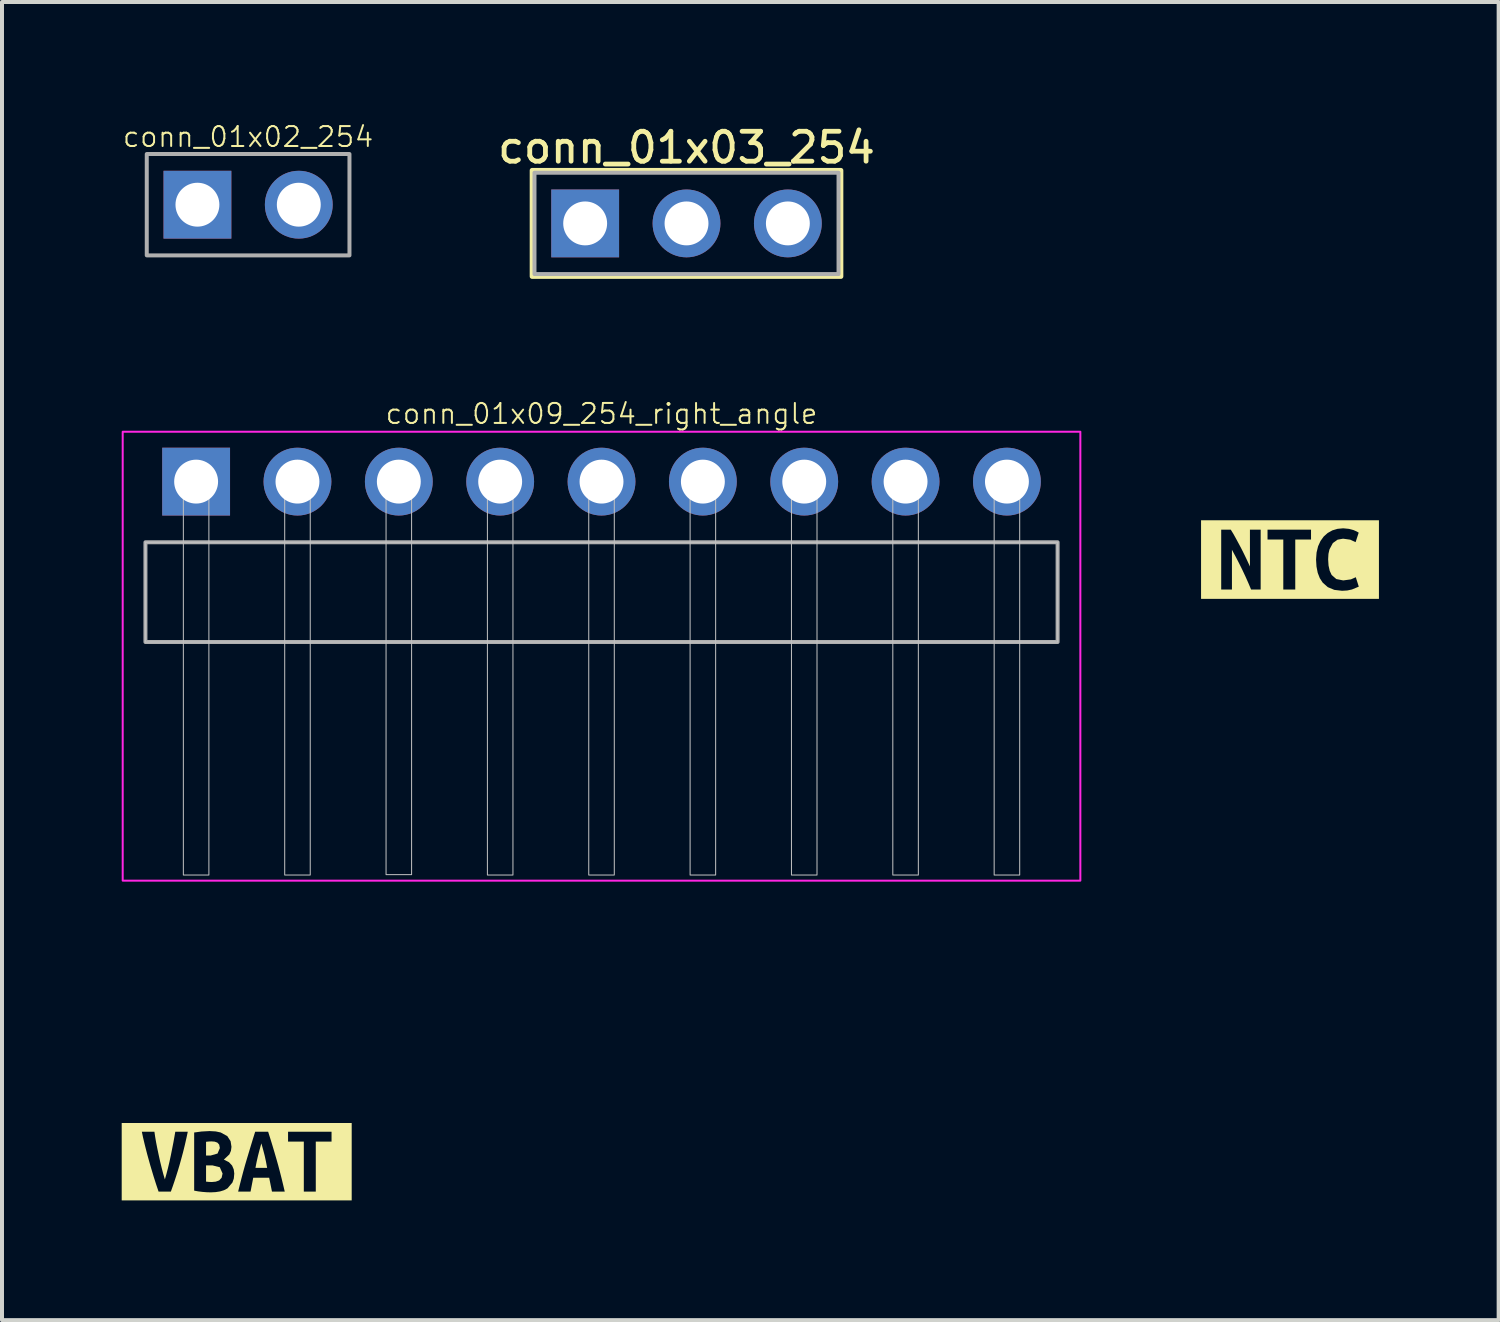
<source format=kicad_pcb>
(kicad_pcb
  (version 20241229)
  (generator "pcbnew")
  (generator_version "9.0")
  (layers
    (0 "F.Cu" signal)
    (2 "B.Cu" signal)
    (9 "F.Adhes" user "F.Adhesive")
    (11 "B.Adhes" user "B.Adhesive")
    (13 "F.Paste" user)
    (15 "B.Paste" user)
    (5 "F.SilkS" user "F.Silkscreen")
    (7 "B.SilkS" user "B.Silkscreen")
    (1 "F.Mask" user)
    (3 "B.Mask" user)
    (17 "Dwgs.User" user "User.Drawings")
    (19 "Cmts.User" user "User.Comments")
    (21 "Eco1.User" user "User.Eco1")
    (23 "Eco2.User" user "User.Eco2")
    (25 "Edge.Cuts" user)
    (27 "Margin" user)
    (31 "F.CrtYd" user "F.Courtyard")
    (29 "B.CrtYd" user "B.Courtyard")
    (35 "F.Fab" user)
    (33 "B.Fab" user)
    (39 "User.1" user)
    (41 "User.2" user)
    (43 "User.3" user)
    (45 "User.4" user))
  (footprint "conn_01x09_254_right_angle"
    (layer "F.Cu")
    (at 12.025 9.02)
    (property "Reference" "conn_01x09_254_right_angle" (at 0 -1.7 0) (unlocked yes) (layer "F.SilkS") (effects (font (size 0.5 0.5) (thickness 0.05))))
    (attr through_hole)
    (fp_rect (start -11.43 1.52) (end 11.43 4.02) (stroke (width 0.025) (type default)) (fill no) (layer "Dwgs.User"))
    (fp_rect (start -10.48 -0.32) (end -9.84 0.32) (stroke (width 0.025) (type default)) (fill no) (layer "Dwgs.User"))
    (fp_rect (start -10.48 0.32) (end -9.84 9.86) (stroke (width 0.025) (type default)) (fill no) (layer "Dwgs.User"))
    (fp_rect (start -7.94 -0.32) (end -7.3 0.32) (stroke (width 0.025) (type default)) (fill no) (layer "Dwgs.User"))
    (fp_rect (start -7.94 0.32) (end -7.3 9.86) (stroke (width 0.025) (type default)) (fill no) (layer "Dwgs.User"))
    (fp_rect (start -5.4 -0.33) (end -4.76 0.31) (stroke (width 0.025) (type default)) (fill no) (layer "Dwgs.User"))
    (fp_rect (start -5.4 0.31) (end -4.76 9.85) (stroke (width 0.025) (type default)) (fill no) (layer "Dwgs.User"))
    (fp_rect (start -2.86 -0.32) (end -2.22 0.32) (stroke (width 0.025) (type default)) (fill no) (layer "Dwgs.User"))
    (fp_rect (start -2.86 0.32) (end -2.22 9.86) (stroke (width 0.025) (type default)) (fill no) (layer "Dwgs.User"))
    (fp_rect (start -0.32 -0.32) (end 0.32 0.32) (stroke (width 0.025) (type default)) (fill no) (layer "Dwgs.User"))
    (fp_rect (start -0.32 0.32) (end 0.32 9.86) (stroke (width 0.025) (type default)) (fill no) (layer "Dwgs.User"))
    (fp_rect (start 2.22 -0.32) (end 2.86 0.32) (stroke (width 0.025) (type default)) (fill no) (layer "Dwgs.User"))
    (fp_rect (start 2.22 0.32) (end 2.86 9.86) (stroke (width 0.025) (type default)) (fill no) (layer "Dwgs.User"))
    (fp_rect (start 4.76 -0.32) (end 5.4 0.32) (stroke (width 0.025) (type default)) (fill no) (layer "Dwgs.User"))
    (fp_rect (start 4.76 0.32) (end 5.4 9.86) (stroke (width 0.025) (type default)) (fill no) (layer "Dwgs.User"))
    (fp_rect (start 7.3 -0.32) (end 7.94 0.32) (stroke (width 0.025) (type default)) (fill no) (layer "Dwgs.User"))
    (fp_rect (start 7.3 0.32) (end 7.94 9.86) (stroke (width 0.025) (type default)) (fill no) (layer "Dwgs.User"))
    (fp_rect (start 9.84 -0.32) (end 10.48 0.32) (stroke (width 0.025) (type default)) (fill no) (layer "Dwgs.User"))
    (fp_rect (start 9.84 0.32) (end 10.48 9.86) (stroke (width 0.025) (type default)) (fill no) (layer "Dwgs.User"))
    (fp_rect (start -12 -1.25) (end 12 10) (stroke (width 0.05) (type default)) (fill no) (layer "F.CrtYd"))
    (fp_rect (start -11.43 1.52) (end 11.43 4.02) (stroke (width 0.1) (type default)) (fill no) (layer "F.Fab"))
    (pad "1" thru_hole rect (at -10.16 0 90) (size 1.7 1.7) (drill 1.1) (layers "*.Cu" "*.Mask"))
    (pad "2" thru_hole circle (at -7.62 0 90) (size 1.7 1.7) (drill 1.1) (layers "*.Cu" "*.Mask"))
    (pad "3" thru_hole circle (at -5.08 0 90) (size 1.7 1.7) (drill 1.1) (layers "*.Cu" "*.Mask"))
    (pad "4" thru_hole circle (at -2.54 0 90) (size 1.7 1.7) (drill 1.1) (layers "*.Cu" "*.Mask"))
    (pad "5" thru_hole circle (at 0 0 90) (size 1.7 1.7) (drill 1.1) (layers "*.Cu" "*.Mask"))
    (pad "6" thru_hole circle (at 2.54 0 90) (size 1.7 1.7) (drill 1.1) (layers "*.Cu" "*.Mask"))
    (pad "7" thru_hole circle (at 5.08 0 90) (size 1.7 1.7) (drill 1.1) (layers "*.Cu" "*.Mask"))
    (pad "8" thru_hole circle (at 7.62 0 90) (size 1.7 1.7) (drill 1.1) (layers "*.Cu" "*.Mask"))
    (pad "9" thru_hole circle (at 10.16 0 90) (size 1.7 1.7) (drill 1.1) (layers "*.Cu" "*.Mask")))
  (footprint "conn_01x03_254"
    (layer "F.Cu")
    (at 14.155 2.549)
    (property "Reference" "conn_01x03_254" (at 0 -1.9 0) (unlocked yes) (layer "F.SilkS") (effects (font (size 0.75 0.75) (thickness 0.12))))
    (attr through_hole)
    (fp_rect (start -3.87 -1.33) (end 3.87 1.33) (stroke (width 0.12) (type default)) (fill no) (layer "F.SilkS"))
    (fp_rect (start -3.81 -1.27) (end 3.81 1.27) (stroke (width 0.1) (type default)) (fill no) (layer "F.Fab"))
    (pad "1" thru_hole rect (at -2.54 0) (size 1.7 1.7) (drill 1.1) (layers "*.Cu" "*.Mask"))
    (pad "2" thru_hole circle (at 0 0) (size 1.7 1.7) (drill 1.1) (layers "*.Cu" "*.Mask"))
    (pad "3" thru_hole circle (at 2.54 0) (size 1.7 1.7) (drill 1.1) (layers "*.Cu" "*.Mask")))
  (footprint "kibuzzard-6761C60F"
    (layer "F.Cu")
    (at 2.882 26.064)
    (property "Reference" "kibuzzard-6761C60F" (at 0 -4.018 0) (layer "F.SilkS") (effects (font (size 0.001 0.001) (thickness 0.15))))
    (attr board_only exclude_from_pos_files exclude_from_bom)
    (fp_poly (pts (xy 0.618 -0.46) (xy 0.573 -0.299) (xy 0.534 -0.149) (xy 0.5 0) (xy 0.47 0.155) (xy 0.763 0.155) (xy 0.734 0) (xy 0.702 -0.149) (xy 0.663 -0.299) (xy 0.618 -0.46)) (stroke (width 0) (type solid)) (fill yes) (layer "F.SilkS"))
    (fp_poly (pts (xy -0.768 0.092) (xy -0.768 0.499) (xy -0.699 0.506) (xy -0.625 0.509) (xy -0.526 0.5) (xy -0.44 0.469) (xy -0.378 0.403) (xy -0.354 0.296) (xy -0.423 0.139) (xy -0.608 0.092) (xy -0.768 0.092)) (stroke (width 0) (type solid)) (fill yes) (layer "F.SilkS"))
    (fp_poly (pts (xy -0.652 -0.155) (xy -0.48 -0.205) (xy -0.422 -0.342) (xy -0.439 -0.428) (xy -0.485 -0.479) (xy -0.553 -0.503) (xy -0.632 -0.509) (xy -0.703 -0.506) (xy -0.768 -0.499) (xy -0.768 -0.155) (xy -0.652 -0.155)) (stroke (width 0) (type solid)) (fill yes) (layer "F.SilkS"))
    (fp_poly (pts (xy -2.377 -0.97) (xy -2.882 -0.97) (xy -2.882 0.97) (xy -2.377 0.97) (xy -1.958 0.97) (xy -1.958 0.749) (xy -2.018 0.571) (xy -2.082 0.371) (xy -2.124 0.23) (xy -2.166 0.09) (xy -2.205 -0.05) (xy -2.243 -0.187) (xy -2.277 -0.319) (xy -2.309 -0.446) (xy -2.349 -0.616) (xy -2.377 -0.751) (xy -2.062 -0.751) (xy -2.044 -0.626) (xy -2.019 -0.481) (xy -1.988 -0.325) (xy -1.954 -0.164) (xy -1.918 -0.001) (xy -1.879 0.159) (xy -1.84 0.309) (xy -1.8 0.443) (xy -1.762 0.311) (xy -1.723 0.161) (xy -1.685 0.001) (xy -1.65 -0.161) (xy -1.618 -0.323) (xy -1.587 -0.48) (xy -1.561 -0.625) (xy -1.539 -0.751) (xy -1.226 -0.751) (xy -1.259 -0.597) (xy -1.298 -0.426) (xy -1.343 -0.243) (xy -1.395 -0.05) (xy -1.432 0.083) (xy -1.472 0.217) (xy -1.515 0.353) (xy -1.559 0.488) (xy -1.604 0.62) (xy -1.65 0.749) (xy -1.958 0.749) (xy -1.958 0.97) (xy -0.649 0.97) (xy -0.649 0.768) (xy -0.751 0.765) (xy -0.855 0.757) (xy -0.961 0.744) (xy -1.066 0.725) (xy -1.066 -0.732) (xy -0.88 -0.757) (xy -0.679 -0.768) (xy -0.525 -0.759) (xy -0.402 -0.733) (xy -0.235 -0.641) (xy -0.153 -0.514) (xy -0.131 -0.373) (xy -0.144 -0.273) (xy -0.183 -0.184) (xy -0.322 -0.053) (xy -0.194 0.012) (xy -0.115 0.097) (xy -0.074 0.194) (xy -0.061 0.296) (xy -0.072 0.42) (xy -0.107 0.522) (xy -0.231 0.668) (xy -0.317 0.714) (xy -0.418 0.745) (xy -0.53 0.762) (xy -0.649 0.768) (xy -0.649 0.97) (xy 0.884 0.97) (xy 0.884 0.749) (xy 0.814 0.402) (xy 0.414 0.402) (xy 0.347 0.749) (xy 0.036 0.749) (xy 0.079 0.575) (xy 0.122 0.407) (xy 0.165 0.245) (xy 0.208 0.09) (xy 0.252 -0.059) (xy 0.306 -0.239) (xy 0.359 -0.415) (xy 0.411 -0.585) (xy 0.463 -0.751) (xy 0.788 -0.751) (xy 0.841 -0.584) (xy 0.894 -0.412) (xy 0.947 -0.234) (xy 1 -0.052) (xy 1.042 0.098) (xy 1.083 0.253) (xy 1.124 0.414) (xy 1.164 0.579) (xy 1.204 0.749) (xy 0.884 0.749) (xy 0.884 0.97) (xy 1.982 0.97) (xy 1.982 0.749) (xy 1.682 0.749) (xy 1.682 -0.504) (xy 1.287 -0.504) (xy 1.287 -0.751) (xy 2.377 -0.751) (xy 2.377 -0.504) (xy 1.982 -0.504) (xy 1.982 0.749) (xy 1.982 0.97) (xy 2.377 0.97) (xy 2.882 0.97) (xy 2.882 -0.97) (xy 2.377 -0.97) (xy -2.377 -0.97)) (stroke (width 0) (type solid)) (fill yes) (layer "F.SilkS")))
  (footprint "kibuzzard-6761C4DA"
    (layer "F.Cu")
    (at 29.279 10.973)
    (property "Reference" "kibuzzard-6761C4DA" (at 0 -4.033 0) (layer "F.SilkS") (effects (font (size 0.001 0.001) (thickness 0.15))))
    (attr board_only exclude_from_pos_files exclude_from_bom)
    (fp_poly (pts (xy -1.724 -0.985) (xy -2.229 -0.985) (xy -2.229 0.985) (xy -1.724 0.985) (xy -0.975 0.985) (xy -0.975 0.751) (xy -1.045 0.585) (xy -1.119 0.419) (xy -1.197 0.253) (xy -1.279 0.088) (xy -1.365 -0.078) (xy -1.455 -0.245) (xy -1.455 0.751) (xy -1.724 0.751) (xy -1.724 -0.749) (xy -1.484 -0.749) (xy -1.416 -0.638) (xy -1.349 -0.517) (xy -1.282 -0.393) (xy -1.216 -0.269) (xy -1.155 -0.147) (xy -1.098 -0.029) (xy -1.047 0.08) (xy -1.004 0.174) (xy -1.004 -0.749) (xy -0.735 -0.749) (xy -0.735 0.751) (xy -0.975 0.751) (xy -0.975 0.985) (xy 0.132 0.985) (xy 0.132 0.751) (xy -0.168 0.751) (xy -0.168 -0.502) (xy -0.563 -0.502) (xy -0.563 -0.749) (xy 0.527 -0.749) (xy 0.527 -0.502) (xy 0.132 -0.502) (xy 0.132 0.751) (xy 0.132 0.985) (xy 1.305 0.985) (xy 1.305 0.783) (xy 1.11 0.76) (xy 0.948 0.692) (xy 0.82 0.579) (xy 0.747 0.467) (xy 0.695 0.333) (xy 0.664 0.177) (xy 0.653 0) (xy 0.666 -0.176) (xy 0.704 -0.332) (xy 0.765 -0.466) (xy 0.846 -0.578) (xy 0.945 -0.666) (xy 1.061 -0.731) (xy 1.192 -0.77) (xy 1.334 -0.783) (xy 1.478 -0.769) (xy 1.591 -0.739) (xy 1.672 -0.703) (xy 1.722 -0.674) (xy 1.644 -0.436) (xy 1.51 -0.498) (xy 1.329 -0.523) (xy 1.192 -0.498) (xy 1.074 -0.413) (xy 0.989 -0.254) (xy 0.964 -0.143) (xy 0.956 -0.007) (xy 0.966 0.151) (xy 0.995 0.282) (xy 1.044 0.387) (xy 1.161 0.489) (xy 1.334 0.523) (xy 1.527 0.497) (xy 1.649 0.443) (xy 1.724 0.679) (xy 1.553 0.75) (xy 1.437 0.775) (xy 1.305 0.783) (xy 1.305 0.985) (xy 1.724 0.985) (xy 2.229 0.985) (xy 2.229 -0.985) (xy 1.724 -0.985) (xy -1.724 -0.985)) (stroke (width 0) (type solid)) (fill yes) (layer "F.SilkS")))
  (footprint "conn_01x02_254"
    (layer "F.Cu")
    (at 3.168 2.08)
    (property "Reference" "conn_01x02_254" (at 0 -1.7 0) (unlocked yes) (layer "F.SilkS") (effects (font (size 0.5 0.5) (thickness 0.05))))
    (attr through_hole)
    (fp_rect (start -2.54 -1.27) (end 2.54 1.27) (stroke (width 0.1) (type default)) (fill no) (layer "F.Fab"))
    (pad "1" thru_hole rect (at -1.27 0) (size 1.7 1.7) (drill 1.1) (layers "*.Cu" "*.Mask"))
    (pad "2" thru_hole circle (at 1.27 0) (size 1.7 1.7) (drill 1.1) (layers "*.Cu" "*.Mask")))
  (gr_rect
    (start -3 -3)
    (end 34.508 30.034)
    (stroke (width 0.1) (type default))
    (fill no)
    (layer "Edge.Cuts")))
</source>
